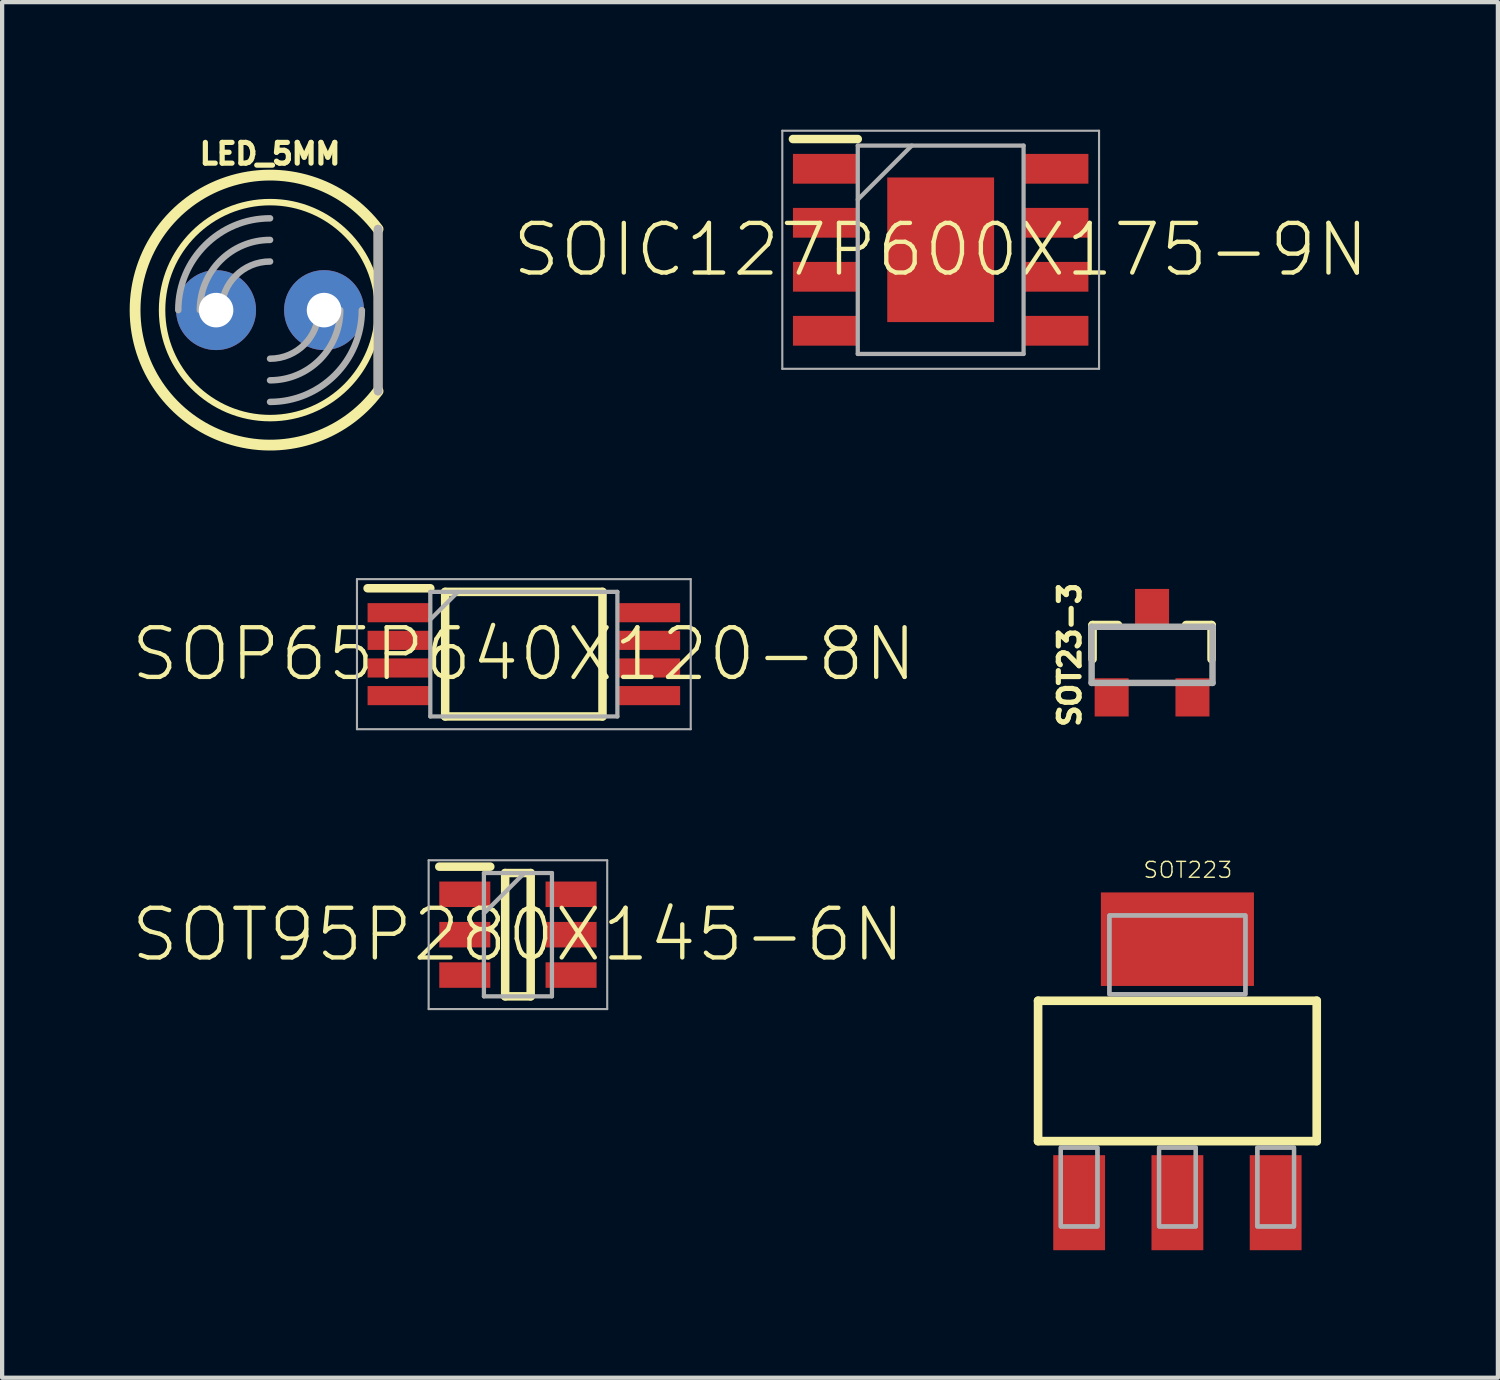
<source format=kicad_pcb>
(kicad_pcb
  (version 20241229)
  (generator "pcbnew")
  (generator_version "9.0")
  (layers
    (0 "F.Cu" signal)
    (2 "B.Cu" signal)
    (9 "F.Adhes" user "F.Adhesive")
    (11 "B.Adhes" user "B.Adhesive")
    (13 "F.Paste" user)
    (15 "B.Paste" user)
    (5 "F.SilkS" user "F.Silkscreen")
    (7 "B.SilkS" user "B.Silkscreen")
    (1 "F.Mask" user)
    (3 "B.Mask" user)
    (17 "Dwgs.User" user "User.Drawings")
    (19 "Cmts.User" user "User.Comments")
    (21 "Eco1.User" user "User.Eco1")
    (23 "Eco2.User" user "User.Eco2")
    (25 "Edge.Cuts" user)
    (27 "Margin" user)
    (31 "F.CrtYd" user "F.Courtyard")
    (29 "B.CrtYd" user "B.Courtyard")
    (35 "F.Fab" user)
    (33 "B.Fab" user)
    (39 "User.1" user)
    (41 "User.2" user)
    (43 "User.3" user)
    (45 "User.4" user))
  (footprint "SOT95P280X145-6N"
    (layer "F.Cu")
    (at 9.132 18.934)
    (property "Reference" "SOT95P280X145-6N" (at 0 0 0) (layer "F.SilkS") (effects (font (size 1.168 1.168) (thickness 0.102))))
    (fp_line (start -1.85 -1.6) (end -0.65 -1.6) (stroke (width 0.2) (type solid)) (layer "F.SilkS"))
    (fp_line (start -0.3 -1.45) (end 0.3 -1.45) (stroke (width 0.2) (type solid)) (layer "F.SilkS"))
    (fp_line (start -0.3 1.45) (end -0.3 -1.45) (stroke (width 0.2) (type solid)) (layer "F.SilkS"))
    (fp_line (start 0.3 -1.45) (end 0.3 1.45) (stroke (width 0.2) (type solid)) (layer "F.SilkS"))
    (fp_line (start 0.3 1.45) (end -0.3 1.45) (stroke (width 0.2) (type solid)) (layer "F.SilkS"))
    (fp_line (start -2.1 -1.75) (end 2.1 -1.75) (stroke (width 0.05) (type solid)) (layer "F.Fab"))
    (fp_line (start -2.1 1.75) (end -2.1 -1.75) (stroke (width 0.05) (type solid)) (layer "F.Fab"))
    (fp_line (start -0.8 -1.45) (end 0.8 -1.45) (stroke (width 0.1) (type solid)) (layer "F.Fab"))
    (fp_line (start -0.8 -0.5) (end 0.15 -1.45) (stroke (width 0.1) (type solid)) (layer "F.Fab"))
    (fp_line (start -0.8 1.45) (end -0.8 -1.45) (stroke (width 0.1) (type solid)) (layer "F.Fab"))
    (fp_line (start 0.8 -1.45) (end 0.8 1.45) (stroke (width 0.1) (type solid)) (layer "F.Fab"))
    (fp_line (start 0.8 1.45) (end -0.8 1.45) (stroke (width 0.1) (type solid)) (layer "F.Fab"))
    (fp_line (start 2.1 -1.75) (end 2.1 1.75) (stroke (width 0.05) (type solid)) (layer "F.Fab"))
    (fp_line (start 2.1 1.75) (end -2.1 1.75) (stroke (width 0.05) (type solid)) (layer "F.Fab"))
    (pad "1" smd rect (at -1.25 -0.95) (size 1.2 0.6) (layers "F.Cu" "F.Mask" "F.Paste"))
    (pad "2" smd rect (at -1.25 0) (size 1.2 0.6) (layers "F.Cu" "F.Mask" "F.Paste"))
    (pad "3" smd rect (at -1.25 0.95) (size 1.2 0.6) (layers "F.Cu" "F.Mask" "F.Paste"))
    (pad "4" smd rect (at 1.25 0.95) (size 1.2 0.6) (layers "F.Cu" "F.Mask" "F.Paste"))
    (pad "5" smd rect (at 1.25 0) (size 1.2 0.6) (layers "F.Cu" "F.Mask" "F.Paste"))
    (pad "6" smd rect (at 1.25 -0.95) (size 1.2 0.6) (layers "F.Cu" "F.Mask" "F.Paste")))
  (footprint "SOT23-3"
    (layer "F.Cu")
    (at 24.047 12.352)
    (property "Reference" "SOT23-3" (at -1.651 0 90) (layer "F.SilkS") (effects (font (size 0.488 0.488) (thickness 0.122)) (justify bottom)))
    (fp_line (start -1.4 -0.7) (end -1.4 0.1) (stroke (width 0.203) (type solid)) (layer "F.SilkS"))
    (fp_line (start -0.8 -0.7) (end -1.4 -0.7) (stroke (width 0.203) (type solid)) (layer "F.SilkS"))
    (fp_line (start 0.8 -0.7) (end 1.4 -0.7) (stroke (width 0.203) (type solid)) (layer "F.SilkS"))
    (fp_line (start 1.4 -0.7) (end 1.4 0.1) (stroke (width 0.203) (type solid)) (layer "F.SilkS"))
    (fp_line (start -1.422 -0.66) (end 1.422 -0.66) (stroke (width 0.152) (type solid)) (layer "F.Fab"))
    (fp_line (start -1.422 0.66) (end -1.422 -0.66) (stroke (width 0.152) (type solid)) (layer "F.Fab"))
    (fp_line (start 1.422 -0.66) (end 1.422 0.66) (stroke (width 0.152) (type solid)) (layer "F.Fab"))
    (fp_line (start 1.422 0.66) (end -1.422 0.66) (stroke (width 0.152) (type solid)) (layer "F.Fab"))
    (pad "1" smd rect (at -0.95 1) (size 0.8 0.9) (layers "F.Cu" "F.Mask" "F.Paste"))
    (pad "2" smd rect (at 0.95 1) (size 0.8 0.9) (layers "F.Cu" "F.Mask" "F.Paste"))
    (pad "3" smd rect (at 0 -1.1) (size 0.8 0.9) (layers "F.Cu" "F.Mask" "F.Paste")))
  (footprint "SOP65P640X120-8N"
    (layer "F.Cu")
    (at 9.271 12.336)
    (property "Reference" "SOP65P640X120-8N" (at 0 0 0) (layer "F.SilkS") (effects (font (size 1.168 1.168) (thickness 0.102))))
    (fp_line (start -3.675 -1.55) (end -2.2 -1.55) (stroke (width 0.2) (type solid)) (layer "F.SilkS"))
    (fp_line (start -1.85 -1.465) (end 1.85 -1.465) (stroke (width 0.2) (type solid)) (layer "F.SilkS"))
    (fp_line (start -1.85 1.465) (end -1.85 -1.465) (stroke (width 0.2) (type solid)) (layer "F.SilkS"))
    (fp_line (start 1.85 -1.465) (end 1.85 1.465) (stroke (width 0.2) (type solid)) (layer "F.SilkS"))
    (fp_line (start 1.85 1.465) (end -1.85 1.465) (stroke (width 0.2) (type solid)) (layer "F.SilkS"))
    (fp_line (start -3.925 -1.765) (end 3.925 -1.765) (stroke (width 0.05) (type solid)) (layer "F.Fab"))
    (fp_line (start -3.925 1.765) (end -3.925 -1.765) (stroke (width 0.05) (type solid)) (layer "F.Fab"))
    (fp_line (start -2.2 -1.465) (end 2.2 -1.465) (stroke (width 0.1) (type solid)) (layer "F.Fab"))
    (fp_line (start -2.2 -0.815) (end -1.55 -1.465) (stroke (width 0.1) (type solid)) (layer "F.Fab"))
    (fp_line (start -2.2 1.465) (end -2.2 -1.465) (stroke (width 0.1) (type solid)) (layer "F.Fab"))
    (fp_line (start 2.2 -1.465) (end 2.2 1.465) (stroke (width 0.1) (type solid)) (layer "F.Fab"))
    (fp_line (start 2.2 1.465) (end -2.2 1.465) (stroke (width 0.1) (type solid)) (layer "F.Fab"))
    (fp_line (start 3.925 -1.765) (end 3.925 1.765) (stroke (width 0.05) (type solid)) (layer "F.Fab"))
    (fp_line (start 3.925 1.765) (end -3.925 1.765) (stroke (width 0.05) (type solid)) (layer "F.Fab"))
    (pad "1" smd rect (at -2.938 -0.975) (size 1.475 0.45) (layers "F.Cu" "F.Mask" "F.Paste"))
    (pad "2" smd rect (at -2.938 -0.325) (size 1.475 0.45) (layers "F.Cu" "F.Mask" "F.Paste"))
    (pad "3" smd rect (at -2.938 0.325) (size 1.475 0.45) (layers "F.Cu" "F.Mask" "F.Paste"))
    (pad "4" smd rect (at -2.938 0.975) (size 1.475 0.45) (layers "F.Cu" "F.Mask" "F.Paste"))
    (pad "5" smd rect (at 2.938 0.975) (size 1.475 0.45) (layers "F.Cu" "F.Mask" "F.Paste"))
    (pad "6" smd rect (at 2.938 0.325) (size 1.475 0.45) (layers "F.Cu" "F.Mask" "F.Paste"))
    (pad "7" smd rect (at 2.938 -0.325) (size 1.475 0.45) (layers "F.Cu" "F.Mask" "F.Paste"))
    (pad "8" smd rect (at 2.938 -0.975) (size 1.475 0.45) (layers "F.Cu" "F.Mask" "F.Paste")))
  (footprint "LED_5MM"
    (layer "F.Cu")
    (at 3.302 4.244)
    (property "Reference" "LED_5MM" (at 0 -3.391 0) (layer "F.SilkS") (effects (font (size 0.488 0.488) (thickness 0.122)) (justify bottom)))
    (fp_line (start 2.54 1.905) (end 2.54 -1.905) (stroke (width 0.203) (type solid)) (layer "F.SilkS"))
    (fp_arc (start 2.54 1.905) (mid -3.175 0) (end 2.54 -1.905) (stroke (width 0.254) (type solid)) (layer "F.SilkS"))
    (fp_circle (center 0 0) (end 2.54 0) (stroke (width 0.152) (type solid)) (fill no) (layer "F.SilkS"))
    (fp_line (start 2.54 1.905) (end 2.54 -1.905) (stroke (width 0.203) (type solid)) (layer "B.SilkS"))
    (fp_line (start 2.54 1.905) (end 2.54 -1.905) (stroke (width 0.203) (type solid)) (layer "F.Fab"))
    (fp_arc (start -2.159 0) (mid -1.526644 -1.526644) (end 0 -2.159) (stroke (width 0.1524) (type solid)) (layer "F.Fab"))
    (fp_arc (start -1.651 0) (mid -1.167433 -1.167433) (end 0 -1.651) (stroke (width 0.1524) (type solid)) (layer "F.Fab"))
    (fp_arc (start -1.143 0) (mid -0.808223 -0.808223) (end 0 -1.143) (stroke (width 0.1524) (type solid)) (layer "F.Fab"))
    (fp_arc (start 1.143 0) (mid 0.808223 0.808223) (end 0 1.143) (stroke (width 0.1524) (type solid)) (layer "F.Fab"))
    (fp_arc (start 1.651 0) (mid 1.167433 1.167433) (end 0 1.651) (stroke (width 0.1524) (type solid)) (layer "F.Fab"))
    (fp_arc (start 2.159 0) (mid 1.526644 1.526644) (end 0 2.159) (stroke (width 0.1524) (type solid)) (layer "F.Fab"))
    (pad "A" thru_hole circle (at -1.27 0) (size 1.88 1.88) (drill 0.813) (layers "*.Cu" "*.Mask"))
    (pad "K" thru_hole circle (at 1.27 0) (size 1.88 1.88) (drill 0.813) (layers "*.Cu" "*.Mask")))
  (footprint "SOIC127P600X175-9N"
    (layer "F.Cu")
    (at 19.075 2.825)
    (property "Reference" "SOIC127P600X175-9N" (at 0 0 0) (layer "F.SilkS") (effects (font (size 1.168 1.168) (thickness 0.102))))
    (fp_line (start -3.475 -2.605) (end -1.95 -2.605) (stroke (width 0.2) (type solid)) (layer "F.SilkS"))
    (fp_line (start -3.725 -2.8) (end 3.725 -2.8) (stroke (width 0.05) (type solid)) (layer "F.Fab"))
    (fp_line (start -3.725 2.8) (end -3.725 -2.8) (stroke (width 0.05) (type solid)) (layer "F.Fab"))
    (fp_line (start -1.95 -2.45) (end 1.95 -2.45) (stroke (width 0.1) (type solid)) (layer "F.Fab"))
    (fp_line (start -1.95 -1.18) (end -0.68 -2.45) (stroke (width 0.1) (type solid)) (layer "F.Fab"))
    (fp_line (start -1.95 2.45) (end -1.95 -2.45) (stroke (width 0.1) (type solid)) (layer "F.Fab"))
    (fp_line (start 1.95 -2.45) (end 1.95 2.45) (stroke (width 0.1) (type solid)) (layer "F.Fab"))
    (fp_line (start 1.95 2.45) (end -1.95 2.45) (stroke (width 0.1) (type solid)) (layer "F.Fab"))
    (fp_line (start 3.725 -2.8) (end 3.725 2.8) (stroke (width 0.05) (type solid)) (layer "F.Fab"))
    (fp_line (start 3.725 2.8) (end -3.725 2.8) (stroke (width 0.05) (type solid)) (layer "F.Fab"))
    (pad "1" smd rect (at -2.712 -1.905) (size 1.525 0.7) (layers "F.Cu" "F.Mask" "F.Paste"))
    (pad "2" smd rect (at -2.712 -0.635) (size 1.525 0.7) (layers "F.Cu" "F.Mask" "F.Paste"))
    (pad "3" smd rect (at -2.712 0.635) (size 1.525 0.7) (layers "F.Cu" "F.Mask" "F.Paste"))
    (pad "4" smd rect (at -2.712 1.905) (size 1.525 0.7) (layers "F.Cu" "F.Mask" "F.Paste"))
    (pad "5" smd rect (at 2.712 1.905) (size 1.525 0.7) (layers "F.Cu" "F.Mask" "F.Paste"))
    (pad "6" smd rect (at 2.712 0.635) (size 1.525 0.7) (layers "F.Cu" "F.Mask" "F.Paste"))
    (pad "7" smd rect (at 2.712 -0.635) (size 1.525 0.7) (layers "F.Cu" "F.Mask" "F.Paste"))
    (pad "8" smd rect (at 2.712 -1.905) (size 1.525 0.7) (layers "F.Cu" "F.Mask" "F.Paste"))
    (pad "9" smd rect (at 0 0 90) (size 3.402 2.513) (layers "F.Cu" "F.Mask" "F.Paste")))
  (footprint "SOT223"
    (layer "F.Cu")
    (at 24.643 22.139)
    (property "Reference" "SOT223" (at -0.826 -4.508 0) (layer "F.SilkS") (effects (font (size 0.374 0.374) (thickness 0.033)) (justify left bottom)))
    (fp_line (start -3.277 -1.651) (end 3.277 -1.651) (stroke (width 0.203) (type solid)) (layer "F.SilkS"))
    (fp_line (start -3.277 1.651) (end -3.277 -1.651) (stroke (width 0.203) (type solid)) (layer "F.SilkS"))
    (fp_line (start 3.277 -1.651) (end 3.277 1.651) (stroke (width 0.203) (type solid)) (layer "F.SilkS"))
    (fp_line (start 3.277 1.651) (end -3.277 1.651) (stroke (width 0.203) (type solid)) (layer "F.SilkS"))
    (fp_poly (pts (xy -2.743 3.658) (xy -1.88 3.658) (xy -1.88 1.803) (xy -2.743 1.803)) (stroke (width 0.1) (type solid)) (fill no) (layer "F.Fab"))
    (fp_poly (pts (xy -2.743 3.658) (xy -1.88 3.658) (xy -1.88 1.803) (xy -2.743 1.803)) (stroke (width 0.1) (type solid)) (fill no) (layer "F.Fab"))
    (fp_poly (pts (xy -1.6 -1.803) (xy 1.6 -1.803) (xy 1.6 -3.658) (xy -1.6 -3.658)) (stroke (width 0.1) (type solid)) (fill no) (layer "F.Fab"))
    (fp_poly (pts (xy -1.6 -1.803) (xy 1.6 -1.803) (xy 1.6 -3.658) (xy -1.6 -3.658)) (stroke (width 0.1) (type solid)) (fill no) (layer "F.Fab"))
    (fp_poly (pts (xy -0.432 3.658) (xy 0.432 3.658) (xy 0.432 1.803) (xy -0.432 1.803)) (stroke (width 0.1) (type solid)) (fill no) (layer "F.Fab"))
    (fp_poly (pts (xy -0.432 3.658) (xy 0.432 3.658) (xy 0.432 1.803) (xy -0.432 1.803)) (stroke (width 0.1) (type solid)) (fill no) (layer "F.Fab"))
    (fp_poly (pts (xy 1.88 3.658) (xy 2.743 3.658) (xy 2.743 1.803) (xy 1.88 1.803)) (stroke (width 0.1) (type solid)) (fill no) (layer "F.Fab"))
    (fp_poly (pts (xy 1.88 3.658) (xy 2.743 3.658) (xy 2.743 1.803) (xy 1.88 1.803)) (stroke (width 0.1) (type solid)) (fill no) (layer "F.Fab"))
    (pad "1" smd rect (at -2.311 3.099) (size 1.219 2.235) (layers "F.Cu" "F.Mask" "F.Paste"))
    (pad "2" smd rect (at 0 3.099) (size 1.219 2.235) (layers "F.Cu" "F.Mask" "F.Paste"))
    (pad "3" smd rect (at 2.311 3.099) (size 1.219 2.235) (layers "F.Cu" "F.Mask" "F.Paste"))
    (pad "4" smd rect (at 0 -3.099) (size 3.6 2.2) (layers "F.Cu" "F.Mask" "F.Paste")))
  (gr_rect
    (start -3 -3)
    (end 32.181 29.355)
    (stroke (width 0.1) (type default))
    (fill no)
    (layer "Edge.Cuts")))
</source>
